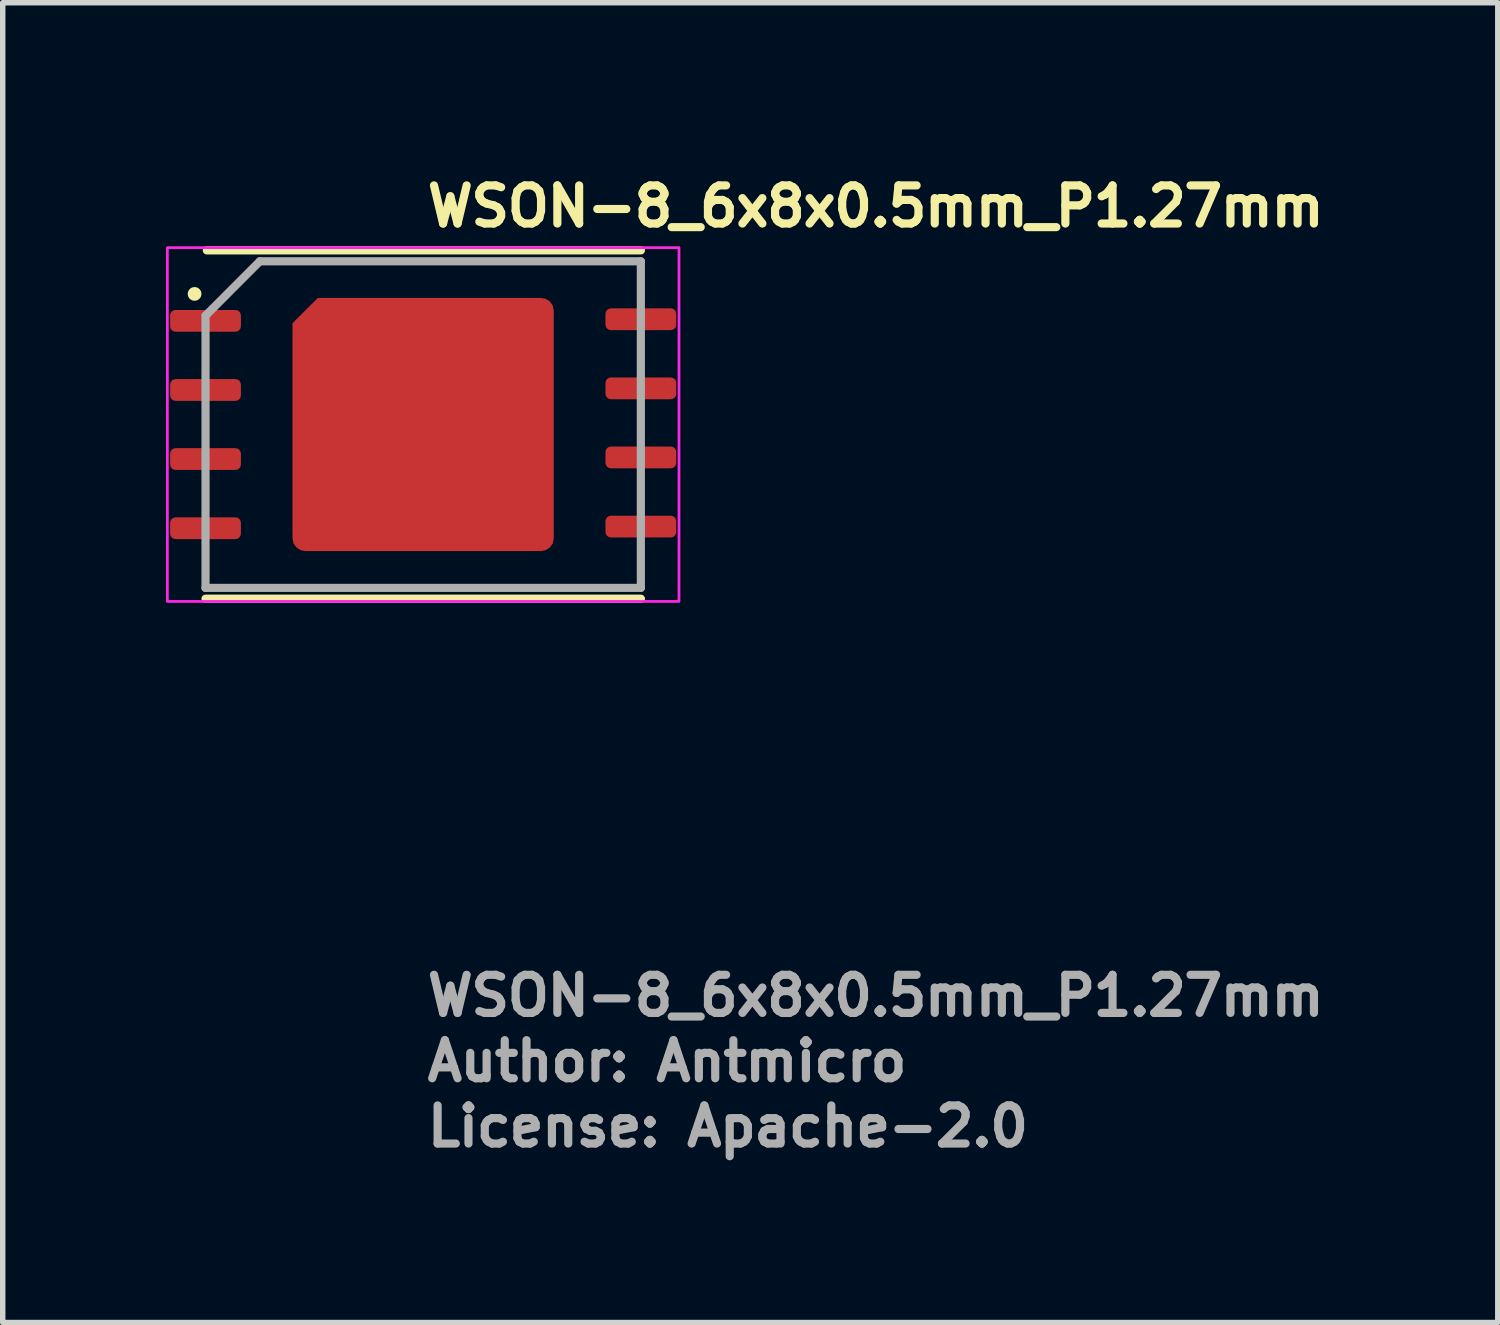
<source format=kicad_pcb>
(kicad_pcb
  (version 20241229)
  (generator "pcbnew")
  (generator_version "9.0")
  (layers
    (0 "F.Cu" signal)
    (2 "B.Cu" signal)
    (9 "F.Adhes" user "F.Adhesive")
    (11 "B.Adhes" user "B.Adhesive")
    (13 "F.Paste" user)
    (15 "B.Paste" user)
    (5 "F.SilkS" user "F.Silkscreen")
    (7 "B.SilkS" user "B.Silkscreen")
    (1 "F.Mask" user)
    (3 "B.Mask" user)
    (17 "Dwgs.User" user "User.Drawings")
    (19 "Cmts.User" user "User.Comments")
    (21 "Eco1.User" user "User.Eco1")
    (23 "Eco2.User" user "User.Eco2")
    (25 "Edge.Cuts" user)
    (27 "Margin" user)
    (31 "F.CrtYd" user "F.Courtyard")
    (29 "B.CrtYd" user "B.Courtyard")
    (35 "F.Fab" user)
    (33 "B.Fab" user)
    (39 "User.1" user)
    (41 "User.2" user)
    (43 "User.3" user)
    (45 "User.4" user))
  (footprint "WSON-8_6x8x0.5mm_P1.27mm"
    (layer "F.Cu")
    (at 4.725 4.75)
    (property "Reference" "WSON-8_6x8x0.5mm_P1.27mm" (at 0 -3.6 0) (layer "F.SilkS") (effects (font (size 0.7 0.7) (thickness 0.15)) (justify left bottom)))
    (attr smd)
    (fp_line (start 4 -3.2) (end -3.975 -3.2) (stroke (width 0.15) (type solid)) (layer "F.SilkS"))
    (fp_line (start 4 3.2) (end -3.999 3.2) (stroke (width 0.15) (type solid)) (layer "F.SilkS"))
    (fp_circle (center -4.2 -2.4) (end -4.149 -2.4) (stroke (width 0.15) (type solid)) (fill yes) (layer "F.SilkS"))
    (fp_rect (start -4.7 -3.25) (end 4.7 3.25) (stroke (width 0.05) (type solid)) (fill no) (layer "F.CrtYd"))
    (fp_line (start -3.999 3.001) (end -3.999 -2) (stroke (width 0.15) (type solid)) (layer "F.Fab"))
    (fp_line (start -3.002 -2.999) (end -3.999 -2) (stroke (width 0.15) (type solid)) (layer "F.Fab"))
    (fp_line (start -3.002 -2.999) (end 3.999 -2.999) (stroke (width 0.15) (type solid)) (layer "F.Fab"))
    (fp_line (start 3.999 -2.999) (end 3.999 3.001) (stroke (width 0.15) (type solid)) (layer "F.Fab"))
    (fp_line (start 3.999 3.001) (end -3.999 3.001) (stroke (width 0.15) (type solid)) (layer "F.Fab"))
    (fp_rect (start -3.999 -2.998) (end 3.999 2.998) (stroke (width 0.1) (type solid)) (fill no) (layer "User.5"))
    (fp_line (start -3.999 -1.675) (end -3.999 -2.135) (stroke (width 0.02) (type solid)) (layer "User.9"))
    (fp_line (start -3.999 -1.675) (end -3.95 -1.675) (stroke (width 0.02) (type solid)) (layer "User.9"))
    (fp_line (start -3.999 -0.406) (end -3.999 -0.865) (stroke (width 0.02) (type solid)) (layer "User.9"))
    (fp_line (start -3.999 -0.406) (end -3.95 -0.406) (stroke (width 0.02) (type solid)) (layer "User.9"))
    (fp_line (start -3.999 0.865) (end -3.999 0.406) (stroke (width 0.02) (type solid)) (layer "User.9"))
    (fp_line (start -3.999 0.865) (end -3.95 0.865) (stroke (width 0.02) (type solid)) (layer "User.9"))
    (fp_line (start -3.999 2.134) (end -3.999 1.675) (stroke (width 0.02) (type solid)) (layer "User.9"))
    (fp_line (start -3.999 2.134) (end -3.95 2.134) (stroke (width 0.02) (type solid)) (layer "User.9"))
    (fp_line (start -3.95 -2.998) (end -3.95 2.998) (stroke (width 0.02) (type solid)) (layer "User.9"))
    (fp_line (start -3.95 -2.135) (end -3.999 -2.135) (stroke (width 0.02) (type solid)) (layer "User.9"))
    (fp_line (start -3.95 -0.865) (end -3.999 -0.865) (stroke (width 0.02) (type solid)) (layer "User.9"))
    (fp_line (start -3.95 0.406) (end -3.999 0.406) (stroke (width 0.02) (type solid)) (layer "User.9"))
    (fp_line (start -3.95 1.675) (end -3.999 1.675) (stroke (width 0.02) (type solid)) (layer "User.9"))
    (fp_line (start -3.95 2.998) (end 3.95 2.998) (stroke (width 0.02) (type solid)) (layer "User.9"))
    (fp_line (start -3.357 -1.915) (end -3.357 -1.905) (stroke (width 0.02) (type solid)) (layer "User.9"))
    (fp_line (start -3.357 -1.905) (end -3.357 -1.905) (stroke (width 0.02) (type solid)) (layer "User.9"))
    (fp_line (start -3.357 -1.905) (end -3.357 -1.895) (stroke (width 0.02) (type solid)) (layer "User.9"))
    (fp_line (start -3.357 -1.895) (end -3.357 -1.885) (stroke (width 0.02) (type solid)) (layer "User.9"))
    (fp_line (start -3.357 -1.927) (end -3.357 -1.915) (stroke (width 0.02) (type solid)) (layer "User.9"))
    (fp_line (start -3.357 -1.885) (end -3.356 -1.875) (stroke (width 0.02) (type solid)) (layer "User.9"))
    (fp_line (start -3.356 -1.935) (end -3.357 -1.927) (stroke (width 0.02) (type solid)) (layer "User.9"))
    (fp_line (start -3.356 -1.875) (end -3.353 -1.867) (stroke (width 0.02) (type solid)) (layer "User.9"))
    (fp_line (start -3.353 -1.944) (end -3.356 -1.935) (stroke (width 0.02) (type solid)) (layer "User.9"))
    (fp_line (start -3.353 -1.867) (end -3.352 -1.855) (stroke (width 0.02) (type solid)) (layer "User.9"))
    (fp_line (start -3.352 -1.956) (end -3.353 -1.944) (stroke (width 0.02) (type solid)) (layer "User.9"))
    (fp_line (start -3.352 -1.855) (end -3.349 -1.847) (stroke (width 0.02) (type solid)) (layer "User.9"))
    (fp_line (start -3.349 -1.964) (end -3.352 -1.956) (stroke (width 0.02) (type solid)) (layer "User.9"))
    (fp_line (start -3.349 -1.847) (end -3.345 -1.837) (stroke (width 0.02) (type solid)) (layer "User.9"))
    (fp_line (start -3.345 -1.974) (end -3.349 -1.964) (stroke (width 0.02) (type solid)) (layer "User.9"))
    (fp_line (start -3.345 -1.837) (end -3.341 -1.829) (stroke (width 0.02) (type solid)) (layer "User.9"))
    (fp_line (start -3.341 -1.982) (end -3.345 -1.974) (stroke (width 0.02) (type solid)) (layer "User.9"))
    (fp_line (start -3.341 -1.829) (end -3.338 -1.819) (stroke (width 0.02) (type solid)) (layer "User.9"))
    (fp_line (start -3.338 -1.992) (end -3.341 -1.982) (stroke (width 0.02) (type solid)) (layer "User.9"))
    (fp_line (start -3.338 -1.819) (end -3.333 -1.812) (stroke (width 0.02) (type solid)) (layer "User.9"))
    (fp_line (start -3.333 -2) (end -3.338 -1.992) (stroke (width 0.02) (type solid)) (layer "User.9"))
    (fp_line (start -3.333 -1.812) (end -3.329 -1.802) (stroke (width 0.02) (type solid)) (layer "User.9"))
    (fp_line (start -3.329 -2.009) (end -3.333 -2) (stroke (width 0.02) (type solid)) (layer "User.9"))
    (fp_line (start -3.329 -1.802) (end -3.324 -1.796) (stroke (width 0.02) (type solid)) (layer "User.9"))
    (fp_line (start -3.324 -2.015) (end -3.329 -2.009) (stroke (width 0.02) (type solid)) (layer "User.9"))
    (fp_line (start -3.324 -1.796) (end -3.318 -1.786) (stroke (width 0.02) (type solid)) (layer "User.9"))
    (fp_line (start -3.318 -2.025) (end -3.324 -2.015) (stroke (width 0.02) (type solid)) (layer "User.9"))
    (fp_line (start -3.318 -1.786) (end -3.312 -1.78) (stroke (width 0.02) (type solid)) (layer "User.9"))
    (fp_line (start -3.312 -2.03) (end -3.318 -2.025) (stroke (width 0.02) (type solid)) (layer "User.9"))
    (fp_line (start -3.312 -1.78) (end -3.307 -1.772) (stroke (width 0.02) (type solid)) (layer "User.9"))
    (fp_line (start -3.307 -2.038) (end -3.312 -2.03) (stroke (width 0.02) (type solid)) (layer "User.9"))
    (fp_line (start -3.307 -1.772) (end -3.3 -1.766) (stroke (width 0.02) (type solid)) (layer "User.9"))
    (fp_line (start -3.3 -2.046) (end -3.307 -2.038) (stroke (width 0.02) (type solid)) (layer "User.9"))
    (fp_line (start -3.3 -1.766) (end -3.293 -1.76) (stroke (width 0.02) (type solid)) (layer "User.9"))
    (fp_line (start -3.293 -2.051) (end -3.3 -2.046) (stroke (width 0.02) (type solid)) (layer "User.9"))
    (fp_line (start -3.293 -1.76) (end -3.287 -1.754) (stroke (width 0.02) (type solid)) (layer "User.9"))
    (fp_line (start -3.287 -2.058) (end -3.293 -2.051) (stroke (width 0.02) (type solid)) (layer "User.9"))
    (fp_line (start -3.287 -1.754) (end -3.28 -1.748) (stroke (width 0.02) (type solid)) (layer "User.9"))
    (fp_line (start -3.28 -2.063) (end -3.287 -2.058) (stroke (width 0.02) (type solid)) (layer "User.9"))
    (fp_line (start -3.28 -1.748) (end -3.272 -1.742) (stroke (width 0.02) (type solid)) (layer "User.9"))
    (fp_line (start -3.272 -2.07) (end -3.28 -2.063) (stroke (width 0.02) (type solid)) (layer "User.9"))
    (fp_line (start -3.272 -1.742) (end -3.264 -1.736) (stroke (width 0.02) (type solid)) (layer "User.9"))
    (fp_line (start -3.264 -2.075) (end -3.272 -2.07) (stroke (width 0.02) (type solid)) (layer "User.9"))
    (fp_line (start -3.264 -1.736) (end -3.256 -1.732) (stroke (width 0.02) (type solid)) (layer "User.9"))
    (fp_line (start -3.256 -2.079) (end -3.264 -2.075) (stroke (width 0.02) (type solid)) (layer "User.9"))
    (fp_line (start -3.256 -1.732) (end -3.247 -1.728) (stroke (width 0.02) (type solid)) (layer "User.9"))
    (fp_line (start -3.247 -2.083) (end -3.256 -2.079) (stroke (width 0.02) (type solid)) (layer "User.9"))
    (fp_line (start -3.247 -1.728) (end -3.237 -1.724) (stroke (width 0.02) (type solid)) (layer "User.9"))
    (fp_line (start -3.237 -2.087) (end -3.247 -2.083) (stroke (width 0.02) (type solid)) (layer "User.9"))
    (fp_line (start -3.237 -1.724) (end -3.228 -1.72) (stroke (width 0.02) (type solid)) (layer "User.9"))
    (fp_line (start -3.228 -2.091) (end -3.237 -2.087) (stroke (width 0.02) (type solid)) (layer "User.9"))
    (fp_line (start -3.228 -1.72) (end -3.219 -1.718) (stroke (width 0.02) (type solid)) (layer "User.9"))
    (fp_line (start -3.219 -2.094) (end -3.228 -2.091) (stroke (width 0.02) (type solid)) (layer "User.9"))
    (fp_line (start -3.219 -1.718) (end -3.209 -1.714) (stroke (width 0.02) (type solid)) (layer "User.9"))
    (fp_line (start -3.209 -2.096) (end -3.219 -2.094) (stroke (width 0.02) (type solid)) (layer "User.9"))
    (fp_line (start -3.209 -1.714) (end -3.2 -1.712) (stroke (width 0.02) (type solid)) (layer "User.9"))
    (fp_line (start -3.2 -2.099) (end -3.209 -2.096) (stroke (width 0.02) (type solid)) (layer "User.9"))
    (fp_line (start -3.2 -1.712) (end -3.191 -1.71) (stroke (width 0.02) (type solid)) (layer "User.9"))
    (fp_line (start -3.191 -2.102) (end -3.2 -2.099) (stroke (width 0.02) (type solid)) (layer "User.9"))
    (fp_line (start -3.191 -1.71) (end -3.18 -1.708) (stroke (width 0.02) (type solid)) (layer "User.9"))
    (fp_line (start -3.18 -2.103) (end -3.191 -2.102) (stroke (width 0.02) (type solid)) (layer "User.9"))
    (fp_line (start -3.18 -1.708) (end -3.171 -1.708) (stroke (width 0.02) (type solid)) (layer "User.9"))
    (fp_line (start -3.171 -2.103) (end -3.18 -2.103) (stroke (width 0.02) (type solid)) (layer "User.9"))
    (fp_line (start -3.171 -1.708) (end -3.162 -1.708) (stroke (width 0.02) (type solid)) (layer "User.9"))
    (fp_line (start -3.162 -2.103) (end -3.171 -2.103) (stroke (width 0.02) (type solid)) (layer "User.9"))
    (fp_line (start -3.162 -2.103) (end -3.162 -2.103) (stroke (width 0.02) (type solid)) (layer "User.9"))
    (fp_line (start -3.162 -1.708) (end -3.162 -1.708) (stroke (width 0.02) (type solid)) (layer "User.9"))
    (fp_line (start -3.162 -1.708) (end -3.151 -1.708) (stroke (width 0.02) (type solid)) (layer "User.9"))
    (fp_line (start -3.151 -2.103) (end -3.162 -2.103) (stroke (width 0.02) (type solid)) (layer "User.9"))
    (fp_line (start -3.151 -1.708) (end -3.14 -1.708) (stroke (width 0.02) (type solid)) (layer "User.9"))
    (fp_line (start -3.14 -2.103) (end -3.151 -2.103) (stroke (width 0.02) (type solid)) (layer "User.9"))
    (fp_line (start -3.14 -1.708) (end -3.131 -1.71) (stroke (width 0.02) (type solid)) (layer "User.9"))
    (fp_line (start -3.131 -2.102) (end -3.14 -2.103) (stroke (width 0.02) (type solid)) (layer "User.9"))
    (fp_line (start -3.131 -1.71) (end -3.122 -1.712) (stroke (width 0.02) (type solid)) (layer "User.9"))
    (fp_line (start -3.122 -2.099) (end -3.131 -2.102) (stroke (width 0.02) (type solid)) (layer "User.9"))
    (fp_line (start -3.122 -1.712) (end -3.111 -1.714) (stroke (width 0.02) (type solid)) (layer "User.9"))
    (fp_line (start -3.111 -2.096) (end -3.122 -2.099) (stroke (width 0.02) (type solid)) (layer "User.9"))
    (fp_line (start -3.111 -1.714) (end -3.102 -1.718) (stroke (width 0.02) (type solid)) (layer "User.9"))
    (fp_line (start -3.102 -2.094) (end -3.111 -2.096) (stroke (width 0.02) (type solid)) (layer "User.9"))
    (fp_line (start -3.102 -1.718) (end -3.092 -1.72) (stroke (width 0.02) (type solid)) (layer "User.9"))
    (fp_line (start -3.092 -2.091) (end -3.102 -2.094) (stroke (width 0.02) (type solid)) (layer "User.9"))
    (fp_line (start -3.092 -1.72) (end -3.083 -1.724) (stroke (width 0.02) (type solid)) (layer "User.9"))
    (fp_line (start -3.083 -2.087) (end -3.092 -2.091) (stroke (width 0.02) (type solid)) (layer "User.9"))
    (fp_line (start -3.083 -1.724) (end -3.075 -1.728) (stroke (width 0.02) (type solid)) (layer "User.9"))
    (fp_line (start -3.075 -2.083) (end -3.083 -2.087) (stroke (width 0.02) (type solid)) (layer "User.9"))
    (fp_line (start -3.075 -1.728) (end -3.066 -1.732) (stroke (width 0.02) (type solid)) (layer "User.9"))
    (fp_line (start -3.066 -2.079) (end -3.075 -2.083) (stroke (width 0.02) (type solid)) (layer "User.9"))
    (fp_line (start -3.066 -1.732) (end -3.058 -1.736) (stroke (width 0.02) (type solid)) (layer "User.9"))
    (fp_line (start -3.058 -2.075) (end -3.066 -2.079) (stroke (width 0.02) (type solid)) (layer "User.9"))
    (fp_line (start -3.058 -1.736) (end -3.05 -1.742) (stroke (width 0.02) (type solid)) (layer "User.9"))
    (fp_line (start -3.05 -2.07) (end -3.058 -2.075) (stroke (width 0.02) (type solid)) (layer "User.9"))
    (fp_line (start -3.05 -1.742) (end -3.042 -1.748) (stroke (width 0.02) (type solid)) (layer "User.9"))
    (fp_line (start -3.042 -2.063) (end -3.05 -2.07) (stroke (width 0.02) (type solid)) (layer "User.9"))
    (fp_line (start -3.042 -1.748) (end -3.035 -1.754) (stroke (width 0.02) (type solid)) (layer "User.9"))
    (fp_line (start -3.035 -2.058) (end -3.042 -2.063) (stroke (width 0.02) (type solid)) (layer "User.9"))
    (fp_line (start -3.035 -1.754) (end -3.029 -1.76) (stroke (width 0.02) (type solid)) (layer "User.9"))
    (fp_line (start -3.029 -2.051) (end -3.035 -2.058) (stroke (width 0.02) (type solid)) (layer "User.9"))
    (fp_line (start -3.029 -1.76) (end -3.022 -1.766) (stroke (width 0.02) (type solid)) (layer "User.9"))
    (fp_line (start -3.022 -2.046) (end -3.029 -2.051) (stroke (width 0.02) (type solid)) (layer "User.9"))
    (fp_line (start -3.022 -1.766) (end -3.014 -1.772) (stroke (width 0.02) (type solid)) (layer "User.9"))
    (fp_line (start -3.014 -2.038) (end -3.022 -2.046) (stroke (width 0.02) (type solid)) (layer "User.9"))
    (fp_line (start -3.014 -1.772) (end -3.009 -1.78) (stroke (width 0.02) (type solid)) (layer "User.9"))
    (fp_line (start -3.009 -2.03) (end -3.014 -2.038) (stroke (width 0.02) (type solid)) (layer "User.9"))
    (fp_line (start -3.009 -1.78) (end -3.002 -1.786) (stroke (width 0.02) (type solid)) (layer "User.9"))
    (fp_line (start -3.002 -2.025) (end -3.009 -2.03) (stroke (width 0.02) (type solid)) (layer "User.9"))
    (fp_line (start -3.002 -1.786) (end -2.997 -1.796) (stroke (width 0.02) (type solid)) (layer "User.9"))
    (fp_line (start -2.997 -2.015) (end -3.002 -2.025) (stroke (width 0.02) (type solid)) (layer "User.9"))
    (fp_line (start -2.997 -1.796) (end -2.993 -1.802) (stroke (width 0.02) (type solid)) (layer "User.9"))
    (fp_line (start -2.993 -2.009) (end -2.997 -2.015) (stroke (width 0.02) (type solid)) (layer "User.9"))
    (fp_line (start -2.993 -1.802) (end -2.986 -1.812) (stroke (width 0.02) (type solid)) (layer "User.9"))
    (fp_line (start -2.986 -2) (end -2.993 -2.009) (stroke (width 0.02) (type solid)) (layer "User.9"))
    (fp_line (start -2.986 -1.812) (end -2.982 -1.819) (stroke (width 0.02) (type solid)) (layer "User.9"))
    (fp_line (start -2.982 -1.992) (end -2.986 -2) (stroke (width 0.02) (type solid)) (layer "User.9"))
    (fp_line (start -2.982 -1.819) (end -2.978 -1.829) (stroke (width 0.02) (type solid)) (layer "User.9"))
    (fp_line (start -2.978 -1.982) (end -2.982 -1.992) (stroke (width 0.02) (type solid)) (layer "User.9"))
    (fp_line (start -2.978 -1.829) (end -2.975 -1.837) (stroke (width 0.02) (type solid)) (layer "User.9"))
    (fp_line (start -2.975 -1.974) (end -2.978 -1.982) (stroke (width 0.02) (type solid)) (layer "User.9"))
    (fp_line (start -2.975 -1.837) (end -2.971 -1.847) (stroke (width 0.02) (type solid)) (layer "User.9"))
    (fp_line (start -2.971 -1.964) (end -2.975 -1.974) (stroke (width 0.02) (type solid)) (layer "User.9"))
    (fp_line (start -2.971 -1.847) (end -2.97 -1.855) (stroke (width 0.02) (type solid)) (layer "User.9"))
    (fp_line (start -2.97 -1.956) (end -2.971 -1.964) (stroke (width 0.02) (type solid)) (layer "User.9"))
    (fp_line (start -2.97 -1.855) (end -2.967 -1.867) (stroke (width 0.02) (type solid)) (layer "User.9"))
    (fp_line (start -2.967 -1.944) (end -2.97 -1.956) (stroke (width 0.02) (type solid)) (layer "User.9"))
    (fp_line (start -2.967 -1.867) (end -2.966 -1.875) (stroke (width 0.02) (type solid)) (layer "User.9"))
    (fp_line (start -2.966 -1.935) (end -2.967 -1.944) (stroke (width 0.02) (type solid)) (layer "User.9"))
    (fp_line (start -2.966 -1.875) (end -2.963 -1.885) (stroke (width 0.02) (type solid)) (layer "User.9"))
    (fp_line (start -2.963 -1.927) (end -2.966 -1.935) (stroke (width 0.02) (type solid)) (layer "User.9"))
    (fp_line (start -2.963 -1.915) (end -2.963 -1.927) (stroke (width 0.02) (type solid)) (layer "User.9"))
    (fp_line (start -2.963 -1.905) (end -2.963 -1.915) (stroke (width 0.02) (type solid)) (layer "User.9"))
    (fp_line (start -2.963 -1.905) (end -2.963 -1.905) (stroke (width 0.02) (type solid)) (layer "User.9"))
    (fp_line (start -2.963 -1.905) (end -2.963 -1.905) (stroke (width 0.02) (type solid)) (layer "User.9"))
    (fp_line (start -2.963 -1.895) (end -2.963 -1.905) (stroke (width 0.02) (type solid)) (layer "User.9"))
    (fp_line (start -2.963 -1.885) (end -2.963 -1.895) (stroke (width 0.02) (type solid)) (layer "User.9"))
    (fp_line (start 3.95 -2.998) (end -3.95 -2.998) (stroke (width 0.02) (type solid)) (layer "User.9"))
    (fp_line (start 3.95 -1.675) (end 3.999 -1.675) (stroke (width 0.02) (type solid)) (layer "User.9"))
    (fp_line (start 3.95 -0.406) (end 3.999 -0.406) (stroke (width 0.02) (type solid)) (layer "User.9"))
    (fp_line (start 3.95 0.865) (end 3.999 0.865) (stroke (width 0.02) (type solid)) (layer "User.9"))
    (fp_line (start 3.95 2.134) (end 3.999 2.134) (stroke (width 0.02) (type solid)) (layer "User.9"))
    (fp_line (start 3.95 2.998) (end 3.95 -2.998) (stroke (width 0.02) (type solid)) (layer "User.9"))
    (fp_line (start 3.999 -2.135) (end 3.95 -2.135) (stroke (width 0.02) (type solid)) (layer "User.9"))
    (fp_line (start 3.999 -2.135) (end 3.999 -1.675) (stroke (width 0.02) (type solid)) (layer "User.9"))
    (fp_line (start 3.999 -0.865) (end 3.95 -0.865) (stroke (width 0.02) (type solid)) (layer "User.9"))
    (fp_line (start 3.999 -0.865) (end 3.999 -0.406) (stroke (width 0.02) (type solid)) (layer "User.9"))
    (fp_line (start 3.999 0.406) (end 3.95 0.406) (stroke (width 0.02) (type solid)) (layer "User.9"))
    (fp_line (start 3.999 0.406) (end 3.999 0.865) (stroke (width 0.02) (type solid)) (layer "User.9"))
    (fp_line (start 3.999 1.675) (end 3.95 1.675) (stroke (width 0.02) (type solid)) (layer "User.9"))
    (fp_line (start 3.999 1.675) (end 3.999 2.134) (stroke (width 0.02) (type solid)) (layer "User.9"))
    (fp_text user "${REFERENCE}" (at 0 10.903 0) (layer "F.Fab") (effects (font (size 0.7 0.7) (thickness 0.15)) (justify left bottom)))
    (fp_text user "License: Apache-2.0" (at 0 13.303 0) (layer "F.Fab") (effects (font (size 0.7 0.7) (thickness 0.15)) (justify left bottom)))
    (fp_text user "Author: Antmicro" (at 0 12.104 0) (layer "F.Fab") (effects (font (size 0.7 0.7) (thickness 0.15)) (justify left bottom)))
    (pad "1" smd roundrect (at -3.999 -1.905 270) (size 0.4 1.3) (layers "F.Cu" "F.Mask" "F.Paste") (roundrect_rratio 0.25))
    (pad "2" smd roundrect (at -3.999 -0.635 270) (size 0.4 1.3) (layers "F.Cu" "F.Mask" "F.Paste") (roundrect_rratio 0.25))
    (pad "3" smd roundrect (at -3.999 0.634 270) (size 0.4 1.3) (layers "F.Cu" "F.Mask" "F.Paste") (roundrect_rratio 0.25))
    (pad "4" smd roundrect (at -3.999 1.905 270) (size 0.4 1.3) (layers "F.Cu" "F.Mask" "F.Paste") (roundrect_rratio 0.25))
    (pad "5" smd roundrect (at 3.999 1.875 270) (size 0.4 1.3) (layers "F.Cu" "F.Mask" "F.Paste") (roundrect_rratio 0.25))
    (pad "6" smd roundrect (at 3.999 0.604 270) (size 0.4 1.3) (layers "F.Cu" "F.Mask" "F.Paste") (roundrect_rratio 0.25))
    (pad "7" smd roundrect (at 3.999 -0.665 270) (size 0.4 1.3) (layers "F.Cu" "F.Mask" "F.Paste") (roundrect_rratio 0.25))
    (pad "8" smd roundrect (at 3.999 -1.935 270) (size 0.4 1.3) (layers "F.Cu" "F.Mask" "F.Paste") (roundrect_rratio 0.25))
    (pad "9" smd roundrect (at -0.001 -0.001) (size 4.8 4.65) (layers "F.Cu" "F.Mask" "F.Paste") (roundrect_rratio 0.05) (chamfer_ratio 0.1) (chamfer top_left)))
  (gr_rect
    (start -3 -3)
    (end 24.468 21.248)
    (stroke (width 0.1) (type default))
    (fill no)
    (layer "Edge.Cuts")))
</source>
